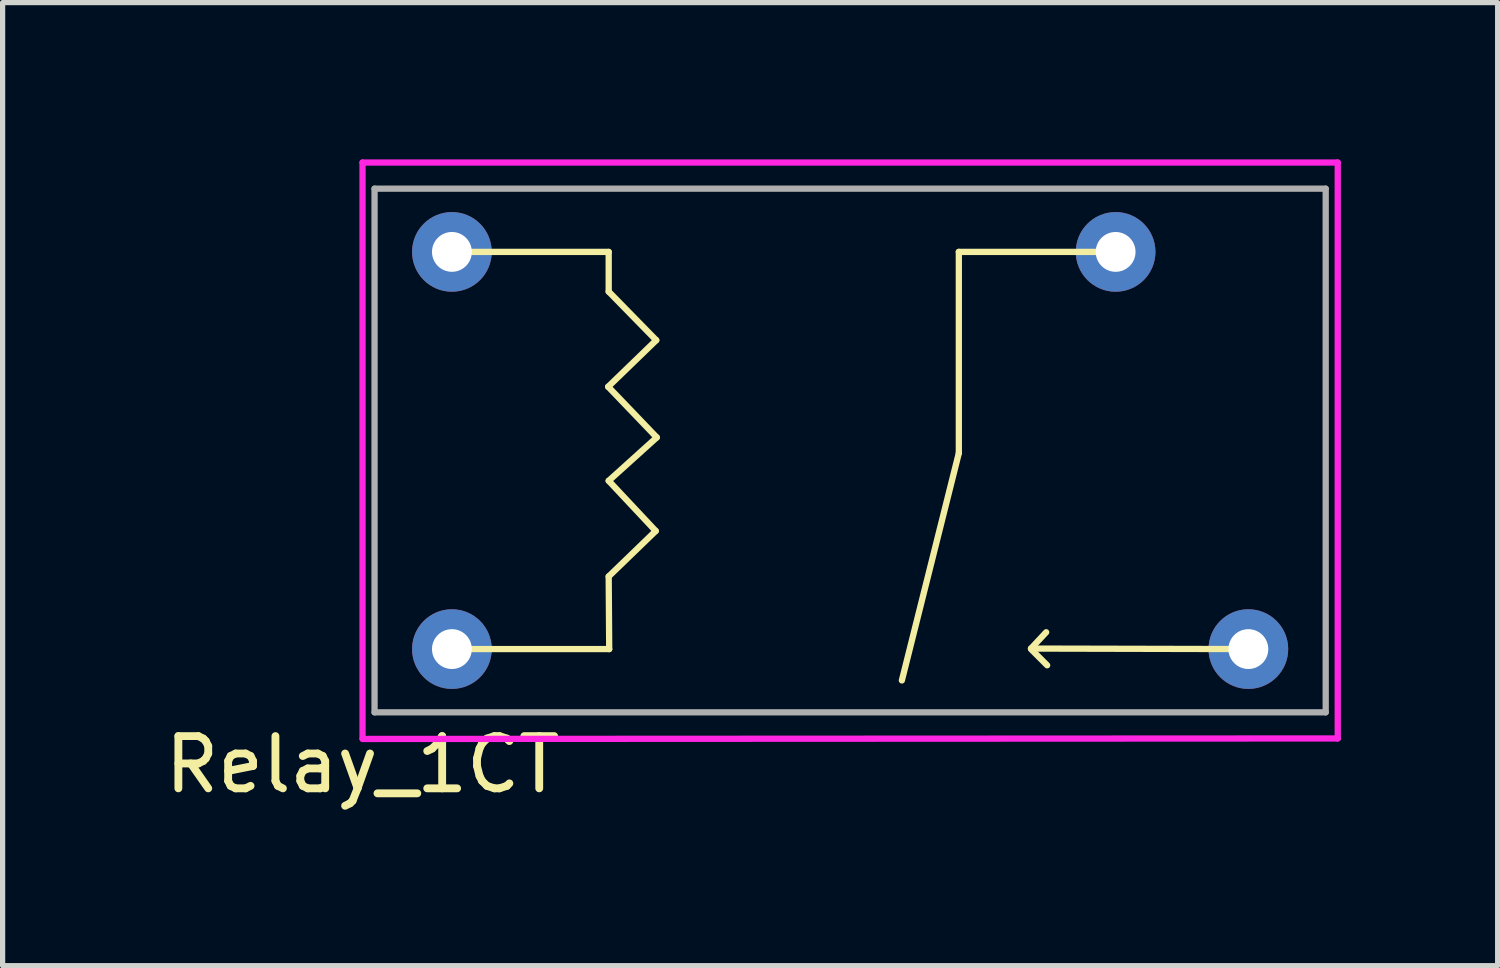
<source format=kicad_pcb>
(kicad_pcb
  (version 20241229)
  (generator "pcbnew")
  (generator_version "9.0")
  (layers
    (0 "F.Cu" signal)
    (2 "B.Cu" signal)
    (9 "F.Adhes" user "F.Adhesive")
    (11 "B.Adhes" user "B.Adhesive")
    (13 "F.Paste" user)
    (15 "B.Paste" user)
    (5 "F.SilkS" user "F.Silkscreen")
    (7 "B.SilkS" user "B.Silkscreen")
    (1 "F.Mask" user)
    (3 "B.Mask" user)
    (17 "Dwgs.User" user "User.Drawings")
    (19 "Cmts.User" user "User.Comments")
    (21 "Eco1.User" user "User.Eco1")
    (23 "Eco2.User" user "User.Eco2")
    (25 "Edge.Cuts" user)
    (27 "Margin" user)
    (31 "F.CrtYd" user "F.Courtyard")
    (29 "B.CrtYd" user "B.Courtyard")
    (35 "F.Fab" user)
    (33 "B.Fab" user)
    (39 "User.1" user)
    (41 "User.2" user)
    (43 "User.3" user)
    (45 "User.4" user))
  (footprint "Relay_1CT"
    (layer "F.Cu")
    (at 3.887 11.08)
    (property "Reference" "Relay_1CT" (at 0 0.5 0) (layer "F.SilkS") (effects (font (size 1 1) (thickness 0.15))))
    (attr through_hole)
    (fp_line (start 1.71 -9.31) (end 4.71 -9.31) (stroke (width 0.12) (type solid)) (layer "F.SilkS"))
    (fp_line (start 4.7 -6.73) (end 5.63 -5.76) (stroke (width 0.12) (type solid)) (layer "F.SilkS"))
    (fp_line (start 4.71 -9.31) (end 4.71 -8.55) (stroke (width 0.12) (type solid)) (layer "F.SilkS"))
    (fp_line (start 4.71 -8.55) (end 5.62 -7.62) (stroke (width 0.12) (type solid)) (layer "F.SilkS"))
    (fp_line (start 4.71 -4.93) (end 5.61 -3.97) (stroke (width 0.12) (type solid)) (layer "F.SilkS"))
    (fp_line (start 4.71 -3.1) (end 4.72 -1.71) (stroke (width 0.12) (type solid)) (layer "F.SilkS"))
    (fp_line (start 4.72 -1.71) (end 1.71 -1.71) (stroke (width 0.12) (type solid)) (layer "F.SilkS"))
    (fp_line (start 5.61 -3.97) (end 4.71 -3.1) (stroke (width 0.12) (type solid)) (layer "F.SilkS"))
    (fp_line (start 5.62 -7.62) (end 4.7 -6.73) (stroke (width 0.12) (type solid)) (layer "F.SilkS"))
    (fp_line (start 5.63 -5.76) (end 4.71 -4.93) (stroke (width 0.12) (type solid)) (layer "F.SilkS"))
    (fp_line (start 11.41 -9.31) (end 11.41 -5.46) (stroke (width 0.12) (type solid)) (layer "F.SilkS"))
    (fp_line (start 11.41 -5.46) (end 10.32 -1.11) (stroke (width 0.12) (type solid)) (layer "F.SilkS"))
    (fp_line (start 12.79 -1.72) (end 13.081 -2.032) (stroke (width 0.12) (type solid)) (layer "F.SilkS"))
    (fp_line (start 12.8 -1.7) (end 13.1 -1.4) (stroke (width 0.12) (type solid)) (layer "F.SilkS"))
    (fp_line (start 14.41 -9.31) (end 11.41 -9.31) (stroke (width 0.12) (type solid)) (layer "F.SilkS"))
    (fp_line (start 16.95 -1.71) (end 12.79 -1.72) (stroke (width 0.12) (type solid)) (layer "F.SilkS"))
    (fp_line (start 0 -11.02) (end 0 0) (stroke (width 0.12) (type solid)) (layer "F.CrtYd"))
    (fp_line (start 0 0.01) (end 18.66 0) (stroke (width 0.12) (type solid)) (layer "F.CrtYd"))
    (fp_line (start 18.66 -11.02) (end 0 -11.02) (stroke (width 0.12) (type solid)) (layer "F.CrtYd"))
    (fp_line (start 18.66 0) (end 18.66 -11.02) (stroke (width 0.12) (type solid)) (layer "F.CrtYd"))
    (fp_line (start 0.23 -10.52) (end 0.23 -0.5) (stroke (width 0.12) (type solid)) (layer "F.Fab"))
    (fp_line (start 0.23 -0.5) (end 18.43 -0.5) (stroke (width 0.12) (type solid)) (layer "F.Fab"))
    (fp_line (start 18.43 -10.52) (end 0.23 -10.52) (stroke (width 0.12) (type solid)) (layer "F.Fab"))
    (fp_line (start 18.43 -0.5) (end 18.43 -10.52) (stroke (width 0.12) (type solid)) (layer "F.Fab"))
    (pad "1" thru_hole circle (at 1.71 -1.71) (size 1.524 1.524) (drill 0.762) (layers "*.Cu" "*.Mask"))
    (pad "2" thru_hole circle (at 1.71 -9.31) (size 1.524 1.524) (drill 0.762) (layers "*.Cu" "*.Mask"))
    (pad "3" thru_hole circle (at 16.95 -1.71) (size 1.524 1.524) (drill 0.762) (layers "*.Cu" "*.Mask"))
    (pad "4" thru_hole circle (at 14.41 -9.31) (size 1.524 1.524) (drill 0.762) (layers "*.Cu" "*.Mask")))
  (gr_rect
    (start -3 -3)
    (end 25.607 15.428)
    (stroke (width 0.1) (type default))
    (fill no)
    (layer "Edge.Cuts")))
</source>
